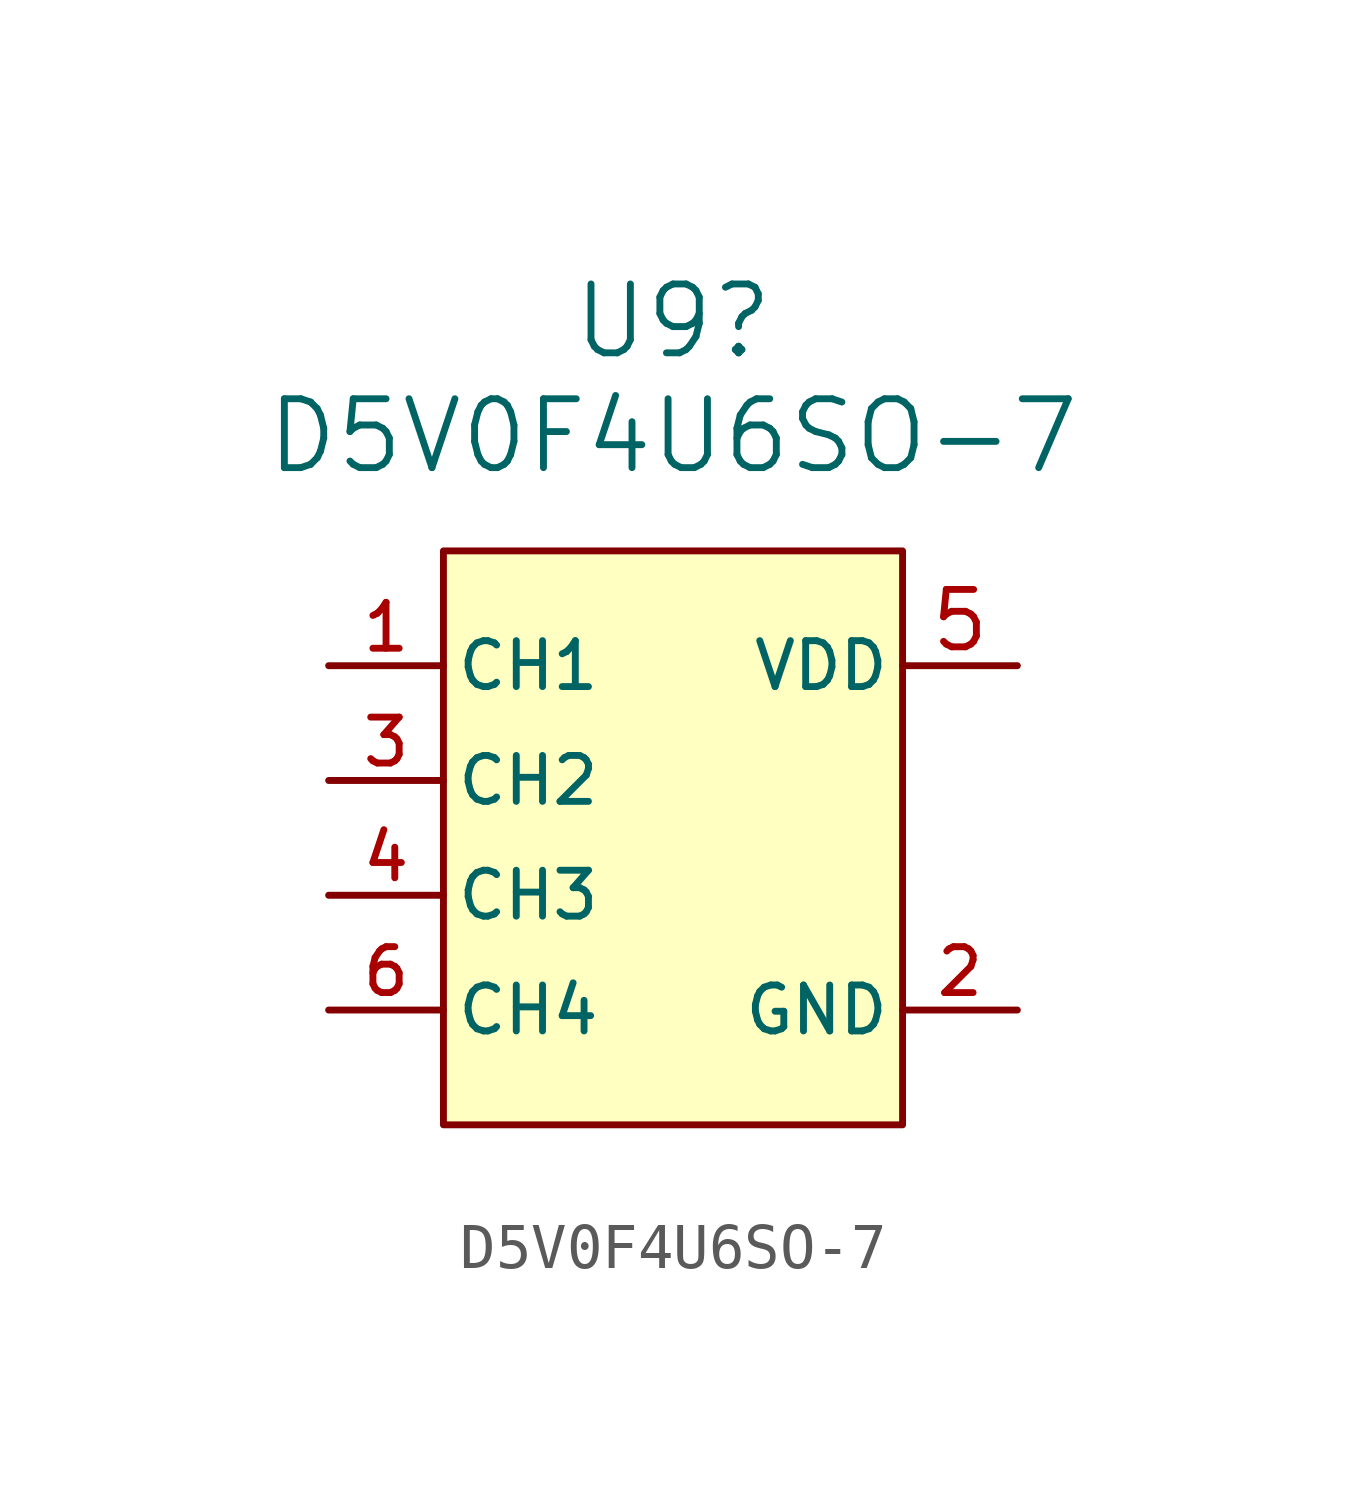
<source format=kicad_sym>
(kicad_symbol_lib
  (version 20231120)
  (generator "kicad_symbol_editor")
  (generator_version "8.0")
  (symbol "D5V0F4U6SO-7"
    (pin_names
      (offset 0.254))
    (property "Reference" "U9"
      (at 0 11.43 0)
      (effects (font (size 1.524 1.524))))
    (property "Value" "D5V0F4U6SO-7"
      (at 0 8.89 0)
      (effects (font (size 1.524 1.524))))
    (symbol "D5V0F4U6SO-7_0_1"
      (rectangle (start -5.08 6.35) (end 5.08 -6.35) (stroke (width 0) (type default)) (fill (type background))))
    (symbol "D5V0F4U6SO-7_1_1"
      (pin unspecified line (at -7.62 3.81 0) (length 2.54) (name "CH1" (effects (font (size 1.016 1.016)))) (number "1" (effects (font (size 1.016 1.016)))))
      (pin power_in line (at 7.62 -3.81 180) (length 2.54) (name "GND" (effects (font (size 1.016 1.016)))) (number "2" (effects (font (size 1.016 1.016)))))
      (pin unspecified line (at -7.62 1.27 0) (length 2.54) (name "CH2" (effects (font (size 1.016 1.016)))) (number "3" (effects (font (size 1.016 1.016)))))
      (pin unspecified line (at -7.62 -1.27 0) (length 2.54) (name "CH3" (effects (font (size 1.016 1.016)))) (number "4" (effects (font (size 1.016 1.016)))))
      (pin power_in line (at 7.62 3.81 180) (length 2.54) (name "VDD" (effects (font (size 1.016 1.016)))) (number "5" (effects (font (size 1.27 1.27)))))
      (pin unspecified line (at -7.62 -3.81 0) (length 2.54) (name "CH4" (effects (font (size 1.016 1.016)))) (number "6" (effects (font (size 1.016 1.016))))))))
</source>
